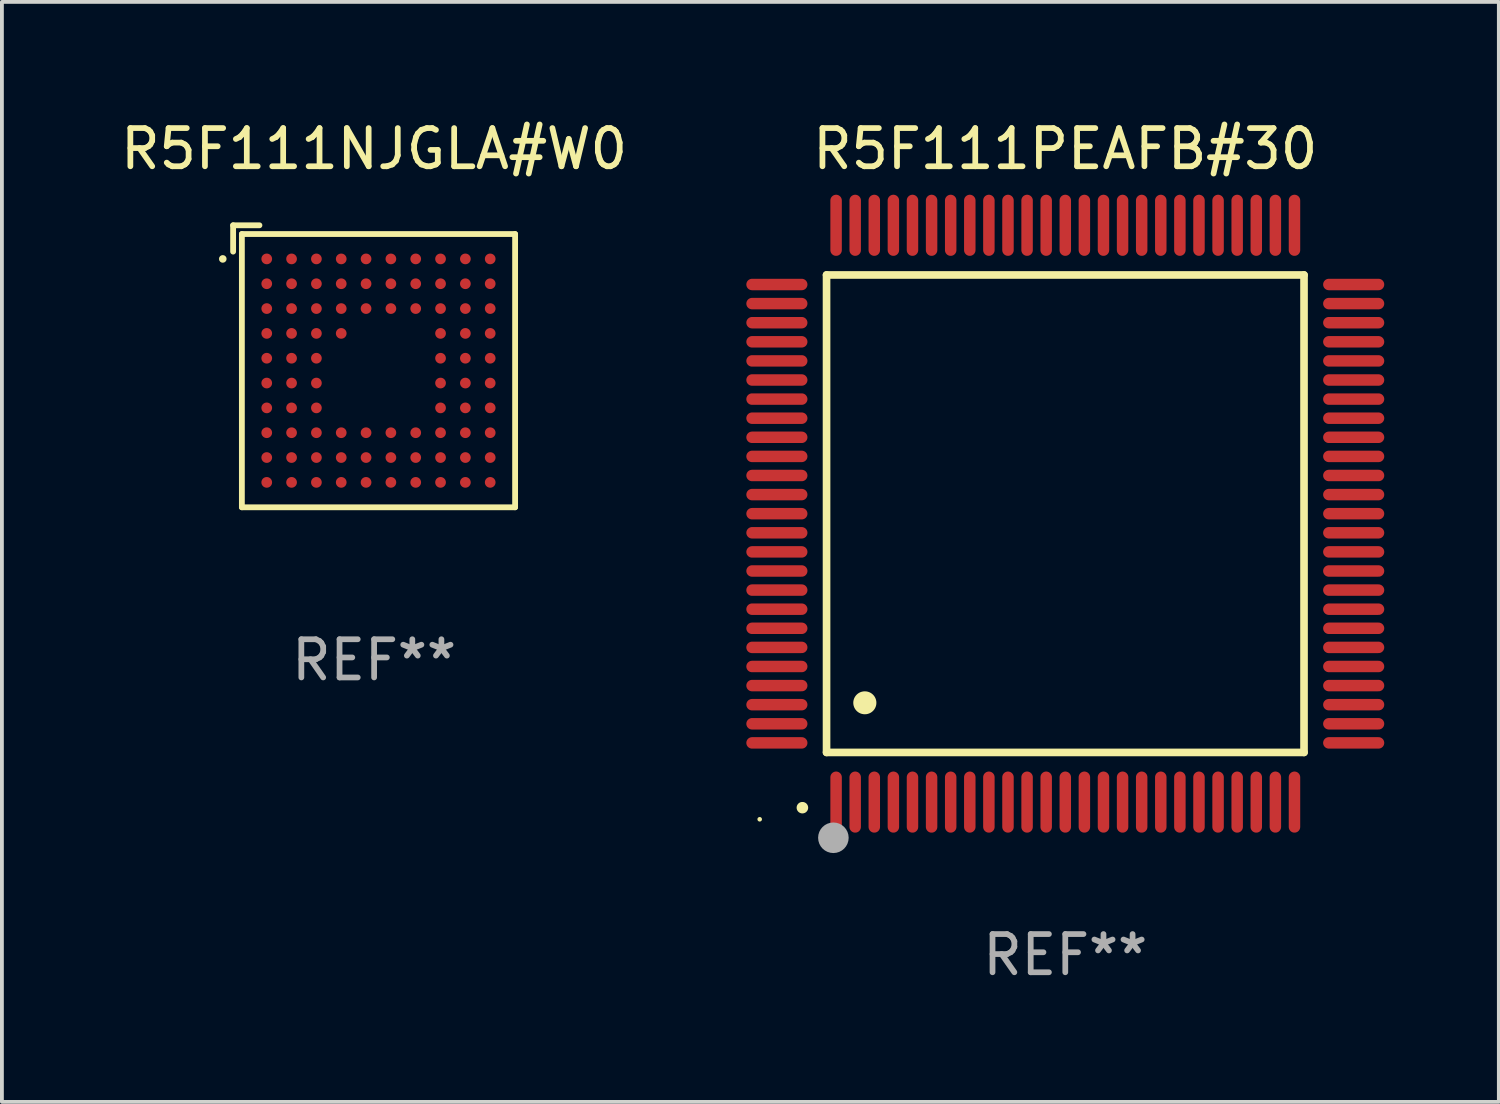
<source format=kicad_pcb>
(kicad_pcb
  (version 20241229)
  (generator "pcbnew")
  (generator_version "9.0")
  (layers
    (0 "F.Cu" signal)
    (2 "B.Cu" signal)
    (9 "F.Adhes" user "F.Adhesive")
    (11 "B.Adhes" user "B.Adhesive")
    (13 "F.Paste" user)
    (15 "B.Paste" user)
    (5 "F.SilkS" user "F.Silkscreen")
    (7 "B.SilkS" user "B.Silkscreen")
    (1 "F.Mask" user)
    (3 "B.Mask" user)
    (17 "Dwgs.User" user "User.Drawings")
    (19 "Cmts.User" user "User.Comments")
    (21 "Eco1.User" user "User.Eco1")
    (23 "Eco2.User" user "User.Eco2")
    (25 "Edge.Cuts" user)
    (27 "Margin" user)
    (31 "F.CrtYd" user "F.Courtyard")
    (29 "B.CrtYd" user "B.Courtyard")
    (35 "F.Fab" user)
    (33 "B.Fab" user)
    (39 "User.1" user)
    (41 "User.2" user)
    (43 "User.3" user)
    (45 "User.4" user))
  (footprint "R5F111PEAFB#30"
    (layer "F.Cu")
    (at 24.838 10.398)
    (property "Reference" "R5F111PEAFB#30" (at 0 -9.55 0) (layer "F.SilkS") (effects (font (size 1 1) (thickness 0.15))))
    (attr through_hole)
    (fp_line (start -6.25 -6.25) (end -6.25 6.25) (stroke (width 0.2) (type solid)) (layer "F.SilkS"))
    (fp_line (start -6.25 6.25) (end 6.25 6.25) (stroke (width 0.2) (type solid)) (layer "F.SilkS"))
    (fp_line (start 6.25 -6.25) (end -6.25 -6.25) (stroke (width 0.2) (type solid)) (layer "F.SilkS"))
    (fp_line (start 6.25 6.25) (end 6.25 -6.25) (stroke (width 0.2) (type solid)) (layer "F.SilkS"))
    (fp_arc (start -6.883414 7.696215) (mid -6.882144 7.69621) (end -6.880874 7.696215) (stroke (width 0.3) (type solid)) (layer "F.SilkS"))
    (fp_arc (start -5.250191 4.95047) (mid -5.247651 4.950459) (end -5.245111 4.95047) (stroke (width 0.6) (type solid)) (layer "F.SilkS"))
    (fp_circle (center -8 8) (end -7.97 8) (stroke (width 0.06) (type solid)) (fill no) (layer "F.SilkS"))
    (fp_circle (center -6.071 8.484) (end -5.871 8.484) (stroke (width 0.4) (type solid)) (fill no) (layer "F.Fab"))
    (fp_text user "REF**" (at 0 11.55 0) (layer "F.Fab") (effects (font (size 1 1) (thickness 0.15))))
    (pad "1" smd oval (at -6 7.55) (size 0.3 1.6) (layers "F.Cu" "F.Mask" "F.Paste"))
    (pad "2" smd oval (at -5.5 7.55) (size 0.3 1.6) (layers "F.Cu" "F.Mask" "F.Paste"))
    (pad "3" smd oval (at -5 7.55) (size 0.3 1.6) (layers "F.Cu" "F.Mask" "F.Paste"))
    (pad "4" smd oval (at -4.5 7.55) (size 0.3 1.6) (layers "F.Cu" "F.Mask" "F.Paste"))
    (pad "5" smd oval (at -4 7.55) (size 0.3 1.6) (layers "F.Cu" "F.Mask" "F.Paste"))
    (pad "6" smd oval (at -3.5 7.55) (size 0.3 1.6) (layers "F.Cu" "F.Mask" "F.Paste"))
    (pad "7" smd oval (at -3 7.55) (size 0.3 1.6) (layers "F.Cu" "F.Mask" "F.Paste"))
    (pad "8" smd oval (at -2.5 7.55) (size 0.3 1.6) (layers "F.Cu" "F.Mask" "F.Paste"))
    (pad "9" smd oval (at -2 7.55) (size 0.3 1.6) (layers "F.Cu" "F.Mask" "F.Paste"))
    (pad "10" smd oval (at -1.5 7.55) (size 0.3 1.6) (layers "F.Cu" "F.Mask" "F.Paste"))
    (pad "11" smd oval (at -1 7.55) (size 0.3 1.6) (layers "F.Cu" "F.Mask" "F.Paste"))
    (pad "12" smd oval (at -0.5 7.55) (size 0.3 1.6) (layers "F.Cu" "F.Mask" "F.Paste"))
    (pad "13" smd oval (at 0 7.55) (size 0.3 1.6) (layers "F.Cu" "F.Mask" "F.Paste"))
    (pad "14" smd oval (at 0.5 7.55) (size 0.3 1.6) (layers "F.Cu" "F.Mask" "F.Paste"))
    (pad "15" smd oval (at 1 7.55) (size 0.3 1.6) (layers "F.Cu" "F.Mask" "F.Paste"))
    (pad "16" smd oval (at 1.5 7.55) (size 0.3 1.6) (layers "F.Cu" "F.Mask" "F.Paste"))
    (pad "17" smd oval (at 2 7.55) (size 0.3 1.6) (layers "F.Cu" "F.Mask" "F.Paste"))
    (pad "18" smd oval (at 2.5 7.55) (size 0.3 1.6) (layers "F.Cu" "F.Mask" "F.Paste"))
    (pad "19" smd oval (at 3 7.55) (size 0.3 1.6) (layers "F.Cu" "F.Mask" "F.Paste"))
    (pad "20" smd oval (at 3.5 7.55) (size 0.3 1.6) (layers "F.Cu" "F.Mask" "F.Paste"))
    (pad "21" smd oval (at 4 7.55) (size 0.3 1.6) (layers "F.Cu" "F.Mask" "F.Paste"))
    (pad "22" smd oval (at 4.5 7.55) (size 0.3 1.6) (layers "F.Cu" "F.Mask" "F.Paste"))
    (pad "23" smd oval (at 5 7.55) (size 0.3 1.6) (layers "F.Cu" "F.Mask" "F.Paste"))
    (pad "24" smd oval (at 5.5 7.55) (size 0.3 1.6) (layers "F.Cu" "F.Mask" "F.Paste"))
    (pad "25" smd oval (at 6 7.55) (size 0.3 1.6) (layers "F.Cu" "F.Mask" "F.Paste"))
    (pad "26" smd oval (at 7.55 6) (size 1.6 0.3) (layers "F.Cu" "F.Mask" "F.Paste"))
    (pad "27" smd oval (at 7.55 5.5) (size 1.6 0.3) (layers "F.Cu" "F.Mask" "F.Paste"))
    (pad "28" smd oval (at 7.55 5) (size 1.6 0.3) (layers "F.Cu" "F.Mask" "F.Paste"))
    (pad "29" smd oval (at 7.55 4.5) (size 1.6 0.3) (layers "F.Cu" "F.Mask" "F.Paste"))
    (pad "30" smd oval (at 7.55 4) (size 1.6 0.3) (layers "F.Cu" "F.Mask" "F.Paste"))
    (pad "31" smd oval (at 7.55 3.5) (size 1.6 0.3) (layers "F.Cu" "F.Mask" "F.Paste"))
    (pad "32" smd oval (at 7.55 3) (size 1.6 0.3) (layers "F.Cu" "F.Mask" "F.Paste"))
    (pad "33" smd oval (at 7.55 2.5) (size 1.6 0.3) (layers "F.Cu" "F.Mask" "F.Paste"))
    (pad "34" smd oval (at 7.55 2) (size 1.6 0.3) (layers "F.Cu" "F.Mask" "F.Paste"))
    (pad "35" smd oval (at 7.55 1.5) (size 1.6 0.3) (layers "F.Cu" "F.Mask" "F.Paste"))
    (pad "36" smd oval (at 7.55 1) (size 1.6 0.3) (layers "F.Cu" "F.Mask" "F.Paste"))
    (pad "37" smd oval (at 7.55 0.5) (size 1.6 0.3) (layers "F.Cu" "F.Mask" "F.Paste"))
    (pad "38" smd oval (at 7.55 0) (size 1.6 0.3) (layers "F.Cu" "F.Mask" "F.Paste"))
    (pad "39" smd oval (at 7.55 -0.5) (size 1.6 0.3) (layers "F.Cu" "F.Mask" "F.Paste"))
    (pad "40" smd oval (at 7.55 -1) (size 1.6 0.3) (layers "F.Cu" "F.Mask" "F.Paste"))
    (pad "41" smd oval (at 7.55 -1.5) (size 1.6 0.3) (layers "F.Cu" "F.Mask" "F.Paste"))
    (pad "42" smd oval (at 7.55 -2) (size 1.6 0.3) (layers "F.Cu" "F.Mask" "F.Paste"))
    (pad "43" smd oval (at 7.55 -2.5) (size 1.6 0.3) (layers "F.Cu" "F.Mask" "F.Paste"))
    (pad "44" smd oval (at 7.55 -3) (size 1.6 0.3) (layers "F.Cu" "F.Mask" "F.Paste"))
    (pad "45" smd oval (at 7.55 -3.5) (size 1.6 0.3) (layers "F.Cu" "F.Mask" "F.Paste"))
    (pad "46" smd oval (at 7.55 -4) (size 1.6 0.3) (layers "F.Cu" "F.Mask" "F.Paste"))
    (pad "47" smd oval (at 7.55 -4.5) (size 1.6 0.3) (layers "F.Cu" "F.Mask" "F.Paste"))
    (pad "48" smd oval (at 7.55 -5) (size 1.6 0.3) (layers "F.Cu" "F.Mask" "F.Paste"))
    (pad "49" smd oval (at 7.55 -5.5) (size 1.6 0.3) (layers "F.Cu" "F.Mask" "F.Paste"))
    (pad "50" smd oval (at 7.55 -6) (size 1.6 0.3) (layers "F.Cu" "F.Mask" "F.Paste"))
    (pad "51" smd oval (at 6 -7.55) (size 0.3 1.6) (layers "F.Cu" "F.Mask" "F.Paste"))
    (pad "52" smd oval (at 5.5 -7.55) (size 0.3 1.6) (layers "F.Cu" "F.Mask" "F.Paste"))
    (pad "53" smd oval (at 5 -7.55) (size 0.3 1.6) (layers "F.Cu" "F.Mask" "F.Paste"))
    (pad "54" smd oval (at 4.5 -7.55) (size 0.3 1.6) (layers "F.Cu" "F.Mask" "F.Paste"))
    (pad "55" smd oval (at 4 -7.55) (size 0.3 1.6) (layers "F.Cu" "F.Mask" "F.Paste"))
    (pad "56" smd oval (at 3.5 -7.55) (size 0.3 1.6) (layers "F.Cu" "F.Mask" "F.Paste"))
    (pad "57" smd oval (at 3 -7.55) (size 0.3 1.6) (layers "F.Cu" "F.Mask" "F.Paste"))
    (pad "58" smd oval (at 2.5 -7.55) (size 0.3 1.6) (layers "F.Cu" "F.Mask" "F.Paste"))
    (pad "59" smd oval (at 2 -7.55) (size 0.3 1.6) (layers "F.Cu" "F.Mask" "F.Paste"))
    (pad "60" smd oval (at 1.5 -7.55) (size 0.3 1.6) (layers "F.Cu" "F.Mask" "F.Paste"))
    (pad "61" smd oval (at 1 -7.55) (size 0.3 1.6) (layers "F.Cu" "F.Mask" "F.Paste"))
    (pad "62" smd oval (at 0.5 -7.55) (size 0.3 1.6) (layers "F.Cu" "F.Mask" "F.Paste"))
    (pad "63" smd oval (at 0 -7.55) (size 0.3 1.6) (layers "F.Cu" "F.Mask" "F.Paste"))
    (pad "64" smd oval (at -0.5 -7.55) (size 0.3 1.6) (layers "F.Cu" "F.Mask" "F.Paste"))
    (pad "65" smd oval (at -1 -7.55) (size 0.3 1.6) (layers "F.Cu" "F.Mask" "F.Paste"))
    (pad "66" smd oval (at -1.5 -7.55) (size 0.3 1.6) (layers "F.Cu" "F.Mask" "F.Paste"))
    (pad "67" smd oval (at -2 -7.55) (size 0.3 1.6) (layers "F.Cu" "F.Mask" "F.Paste"))
    (pad "68" smd oval (at -2.5 -7.55) (size 0.3 1.6) (layers "F.Cu" "F.Mask" "F.Paste"))
    (pad "69" smd oval (at -3 -7.55) (size 0.3 1.6) (layers "F.Cu" "F.Mask" "F.Paste"))
    (pad "70" smd oval (at -3.5 -7.55) (size 0.3 1.6) (layers "F.Cu" "F.Mask" "F.Paste"))
    (pad "71" smd oval (at -4 -7.55) (size 0.3 1.6) (layers "F.Cu" "F.Mask" "F.Paste"))
    (pad "72" smd oval (at -4.5 -7.55) (size 0.3 1.6) (layers "F.Cu" "F.Mask" "F.Paste"))
    (pad "73" smd oval (at -5 -7.55) (size 0.3 1.6) (layers "F.Cu" "F.Mask" "F.Paste"))
    (pad "74" smd oval (at -5.5 -7.55) (size 0.3 1.6) (layers "F.Cu" "F.Mask" "F.Paste"))
    (pad "75" smd oval (at -6 -7.55) (size 0.3 1.6) (layers "F.Cu" "F.Mask" "F.Paste"))
    (pad "76" smd oval (at -7.55 -6) (size 1.6 0.3) (layers "F.Cu" "F.Mask" "F.Paste"))
    (pad "77" smd oval (at -7.55 -5.5) (size 1.6 0.3) (layers "F.Cu" "F.Mask" "F.Paste"))
    (pad "78" smd oval (at -7.55 -5) (size 1.6 0.3) (layers "F.Cu" "F.Mask" "F.Paste"))
    (pad "79" smd oval (at -7.55 -4.5) (size 1.6 0.3) (layers "F.Cu" "F.Mask" "F.Paste"))
    (pad "80" smd oval (at -7.55 -4) (size 1.6 0.3) (layers "F.Cu" "F.Mask" "F.Paste"))
    (pad "81" smd oval (at -7.55 -3.5) (size 1.6 0.3) (layers "F.Cu" "F.Mask" "F.Paste"))
    (pad "82" smd oval (at -7.55 -3) (size 1.6 0.3) (layers "F.Cu" "F.Mask" "F.Paste"))
    (pad "83" smd oval (at -7.55 -2.5) (size 1.6 0.3) (layers "F.Cu" "F.Mask" "F.Paste"))
    (pad "84" smd oval (at -7.55 -2) (size 1.6 0.3) (layers "F.Cu" "F.Mask" "F.Paste"))
    (pad "85" smd oval (at -7.55 -1.5) (size 1.6 0.3) (layers "F.Cu" "F.Mask" "F.Paste"))
    (pad "86" smd oval (at -7.55 -1) (size 1.6 0.3) (layers "F.Cu" "F.Mask" "F.Paste"))
    (pad "87" smd oval (at -7.55 -0.5) (size 1.6 0.3) (layers "F.Cu" "F.Mask" "F.Paste"))
    (pad "88" smd oval (at -7.55 0) (size 1.6 0.3) (layers "F.Cu" "F.Mask" "F.Paste"))
    (pad "89" smd oval (at -7.55 0.5) (size 1.6 0.3) (layers "F.Cu" "F.Mask" "F.Paste"))
    (pad "90" smd oval (at -7.55 1) (size 1.6 0.3) (layers "F.Cu" "F.Mask" "F.Paste"))
    (pad "91" smd oval (at -7.55 1.5) (size 1.6 0.3) (layers "F.Cu" "F.Mask" "F.Paste"))
    (pad "92" smd oval (at -7.55 2) (size 1.6 0.3) (layers "F.Cu" "F.Mask" "F.Paste"))
    (pad "93" smd oval (at -7.55 2.5) (size 1.6 0.3) (layers "F.Cu" "F.Mask" "F.Paste"))
    (pad "94" smd oval (at -7.55 3) (size 1.6 0.3) (layers "F.Cu" "F.Mask" "F.Paste"))
    (pad "95" smd oval (at -7.55 3.5) (size 1.6 0.3) (layers "F.Cu" "F.Mask" "F.Paste"))
    (pad "96" smd oval (at -7.55 4) (size 1.6 0.3) (layers "F.Cu" "F.Mask" "F.Paste"))
    (pad "97" smd oval (at -7.55 4.5) (size 1.6 0.3) (layers "F.Cu" "F.Mask" "F.Paste"))
    (pad "98" smd oval (at -7.55 5) (size 1.6 0.3) (layers "F.Cu" "F.Mask" "F.Paste"))
    (pad "99" smd oval (at -7.55 5.5) (size 1.6 0.3) (layers "F.Cu" "F.Mask" "F.Paste"))
    (pad "100" smd oval (at -7.55 6) (size 1.6 0.3) (layers "F.Cu" "F.Mask" "F.Paste")))
  (footprint "R5F111NJGLA#W0"
    (layer "F.Cu")
    (at 6.744 6.539)
    (property "Reference" "R5F111NJGLA#W0" (at 0 -5.691 0) (layer "F.SilkS") (effects (font (size 1 1) (thickness 0.15))))
    (attr through_hole)
    (fp_line (start -3.691 -3.691) (end -3.002 -3.691) (stroke (width 0.152) (type solid)) (layer "F.SilkS"))
    (fp_line (start -3.691 -3.002) (end -3.691 -3.691) (stroke (width 0.152) (type solid)) (layer "F.SilkS"))
    (fp_line (start -3.462 -3.462) (end 3.691 -3.462) (stroke (width 0.152) (type solid)) (layer "F.SilkS"))
    (fp_line (start -3.462 3.691) (end -3.462 -3.462) (stroke (width 0.152) (type solid)) (layer "F.SilkS"))
    (fp_line (start 3.691 -3.462) (end 3.691 3.691) (stroke (width 0.152) (type solid)) (layer "F.SilkS"))
    (fp_line (start 3.691 3.691) (end -3.462 3.691) (stroke (width 0.152) (type solid)) (layer "F.SilkS"))
    (fp_circle (center -3.962 -2.811) (end -3.912 -2.811) (stroke (width 0.1) (type solid)) (fill no) (layer "F.SilkS"))
    (fp_text user "REF**" (at 0 7.691 0) (layer "F.Fab") (effects (font (size 1 1) (thickness 0.15))))
    (pad "A1" smd circle (at -2.811 -2.811) (size 0.28 0.28) (layers "F.Cu" "F.Mask" "F.Paste"))
    (pad "A2" smd circle (at -2.161 -2.811) (size 0.28 0.28) (layers "F.Cu" "F.Mask" "F.Paste"))
    (pad "A3" smd circle (at -1.511 -2.811) (size 0.28 0.28) (layers "F.Cu" "F.Mask" "F.Paste"))
    (pad "A4" smd circle (at -0.861 -2.811) (size 0.28 0.28) (layers "F.Cu" "F.Mask" "F.Paste"))
    (pad "A5" smd circle (at -0.211 -2.811) (size 0.28 0.28) (layers "F.Cu" "F.Mask" "F.Paste"))
    (pad "A6" smd circle (at 0.439 -2.811) (size 0.28 0.28) (layers "F.Cu" "F.Mask" "F.Paste"))
    (pad "A7" smd circle (at 1.089 -2.811) (size 0.28 0.28) (layers "F.Cu" "F.Mask" "F.Paste"))
    (pad "A8" smd circle (at 1.739 -2.811) (size 0.28 0.28) (layers "F.Cu" "F.Mask" "F.Paste"))
    (pad "A9" smd circle (at 2.389 -2.811) (size 0.28 0.28) (layers "F.Cu" "F.Mask" "F.Paste"))
    (pad "A10" smd circle (at 3.039 -2.811) (size 0.28 0.28) (layers "F.Cu" "F.Mask" "F.Paste"))
    (pad "B1" smd circle (at -2.811 -2.161) (size 0.28 0.28) (layers "F.Cu" "F.Mask" "F.Paste"))
    (pad "B2" smd circle (at -2.161 -2.161) (size 0.28 0.28) (layers "F.Cu" "F.Mask" "F.Paste"))
    (pad "B3" smd circle (at -1.511 -2.161) (size 0.28 0.28) (layers "F.Cu" "F.Mask" "F.Paste"))
    (pad "B4" smd circle (at -0.861 -2.161) (size 0.28 0.28) (layers "F.Cu" "F.Mask" "F.Paste"))
    (pad "B5" smd circle (at -0.211 -2.161) (size 0.28 0.28) (layers "F.Cu" "F.Mask" "F.Paste"))
    (pad "B6" smd circle (at 0.439 -2.161) (size 0.28 0.28) (layers "F.Cu" "F.Mask" "F.Paste"))
    (pad "B7" smd circle (at 1.089 -2.161) (size 0.28 0.28) (layers "F.Cu" "F.Mask" "F.Paste"))
    (pad "B8" smd circle (at 1.739 -2.161) (size 0.28 0.28) (layers "F.Cu" "F.Mask" "F.Paste"))
    (pad "B9" smd circle (at 2.389 -2.161) (size 0.28 0.28) (layers "F.Cu" "F.Mask" "F.Paste"))
    (pad "B10" smd circle (at 3.039 -2.161) (size 0.28 0.28) (layers "F.Cu" "F.Mask" "F.Paste"))
    (pad "C1" smd circle (at -2.811 -1.511) (size 0.28 0.28) (layers "F.Cu" "F.Mask" "F.Paste"))
    (pad "C2" smd circle (at -2.161 -1.511) (size 0.28 0.28) (layers "F.Cu" "F.Mask" "F.Paste"))
    (pad "C3" smd circle (at -1.511 -1.511) (size 0.28 0.28) (layers "F.Cu" "F.Mask" "F.Paste"))
    (pad "C4" smd circle (at -0.861 -1.511) (size 0.28 0.28) (layers "F.Cu" "F.Mask" "F.Paste"))
    (pad "C5" smd circle (at -0.211 -1.511) (size 0.28 0.28) (layers "F.Cu" "F.Mask" "F.Paste"))
    (pad "C6" smd circle (at 0.439 -1.511) (size 0.28 0.28) (layers "F.Cu" "F.Mask" "F.Paste"))
    (pad "C7" smd circle (at 1.089 -1.511) (size 0.28 0.28) (layers "F.Cu" "F.Mask" "F.Paste"))
    (pad "C8" smd circle (at 1.739 -1.511) (size 0.28 0.28) (layers "F.Cu" "F.Mask" "F.Paste"))
    (pad "C9" smd circle (at 2.389 -1.511) (size 0.28 0.28) (layers "F.Cu" "F.Mask" "F.Paste"))
    (pad "C10" smd circle (at 3.039 -1.511) (size 0.28 0.28) (layers "F.Cu" "F.Mask" "F.Paste"))
    (pad "D1" smd circle (at -2.811 -0.861) (size 0.28 0.28) (layers "F.Cu" "F.Mask" "F.Paste"))
    (pad "D2" smd circle (at -2.161 -0.861) (size 0.28 0.28) (layers "F.Cu" "F.Mask" "F.Paste"))
    (pad "D3" smd circle (at -1.511 -0.861) (size 0.28 0.28) (layers "F.Cu" "F.Mask" "F.Paste"))
    (pad "D4" smd circle (at -0.861 -0.861) (size 0.28 0.28) (layers "F.Cu" "F.Mask" "F.Paste"))
    (pad "D8" smd circle (at 1.739 -0.861) (size 0.28 0.28) (layers "F.Cu" "F.Mask" "F.Paste"))
    (pad "D9" smd circle (at 2.389 -0.861) (size 0.28 0.28) (layers "F.Cu" "F.Mask" "F.Paste"))
    (pad "D10" smd circle (at 3.039 -0.861) (size 0.28 0.28) (layers "F.Cu" "F.Mask" "F.Paste"))
    (pad "E1" smd circle (at -2.811 -0.211) (size 0.28 0.28) (layers "F.Cu" "F.Mask" "F.Paste"))
    (pad "E2" smd circle (at -2.161 -0.211) (size 0.28 0.28) (layers "F.Cu" "F.Mask" "F.Paste"))
    (pad "E3" smd circle (at -1.511 -0.211) (size 0.28 0.28) (layers "F.Cu" "F.Mask" "F.Paste"))
    (pad "E8" smd circle (at 1.739 -0.211) (size 0.28 0.28) (layers "F.Cu" "F.Mask" "F.Paste"))
    (pad "E9" smd circle (at 2.389 -0.211) (size 0.28 0.28) (layers "F.Cu" "F.Mask" "F.Paste"))
    (pad "E10" smd circle (at 3.039 -0.211) (size 0.28 0.28) (layers "F.Cu" "F.Mask" "F.Paste"))
    (pad "F1" smd circle (at -2.811 0.439) (size 0.28 0.28) (layers "F.Cu" "F.Mask" "F.Paste"))
    (pad "F2" smd circle (at -2.161 0.439) (size 0.28 0.28) (layers "F.Cu" "F.Mask" "F.Paste"))
    (pad "F3" smd circle (at -1.511 0.439) (size 0.28 0.28) (layers "F.Cu" "F.Mask" "F.Paste"))
    (pad "F8" smd circle (at 1.739 0.439) (size 0.28 0.28) (layers "F.Cu" "F.Mask" "F.Paste"))
    (pad "F9" smd circle (at 2.389 0.439) (size 0.28 0.28) (layers "F.Cu" "F.Mask" "F.Paste"))
    (pad "F10" smd circle (at 3.039 0.439) (size 0.28 0.28) (layers "F.Cu" "F.Mask" "F.Paste"))
    (pad "G1" smd circle (at -2.811 1.089) (size 0.28 0.28) (layers "F.Cu" "F.Mask" "F.Paste"))
    (pad "G2" smd circle (at -2.161 1.089) (size 0.28 0.28) (layers "F.Cu" "F.Mask" "F.Paste"))
    (pad "G3" smd circle (at -1.511 1.089) (size 0.28 0.28) (layers "F.Cu" "F.Mask" "F.Paste"))
    (pad "G8" smd circle (at 1.739 1.089) (size 0.28 0.28) (layers "F.Cu" "F.Mask" "F.Paste"))
    (pad "G9" smd circle (at 2.389 1.089) (size 0.28 0.28) (layers "F.Cu" "F.Mask" "F.Paste"))
    (pad "G10" smd circle (at 3.039 1.089) (size 0.28 0.28) (layers "F.Cu" "F.Mask" "F.Paste"))
    (pad "H1" smd circle (at -2.811 1.739) (size 0.28 0.28) (layers "F.Cu" "F.Mask" "F.Paste"))
    (pad "H2" smd circle (at -2.161 1.739) (size 0.28 0.28) (layers "F.Cu" "F.Mask" "F.Paste"))
    (pad "H3" smd circle (at -1.511 1.739) (size 0.28 0.28) (layers "F.Cu" "F.Mask" "F.Paste"))
    (pad "H4" smd circle (at -0.861 1.739) (size 0.28 0.28) (layers "F.Cu" "F.Mask" "F.Paste"))
    (pad "H5" smd circle (at -0.211 1.739) (size 0.28 0.28) (layers "F.Cu" "F.Mask" "F.Paste"))
    (pad "H6" smd circle (at 0.439 1.739) (size 0.28 0.28) (layers "F.Cu" "F.Mask" "F.Paste"))
    (pad "H7" smd circle (at 1.089 1.739) (size 0.28 0.28) (layers "F.Cu" "F.Mask" "F.Paste"))
    (pad "H8" smd circle (at 1.739 1.739) (size 0.28 0.28) (layers "F.Cu" "F.Mask" "F.Paste"))
    (pad "H9" smd circle (at 2.389 1.739) (size 0.28 0.28) (layers "F.Cu" "F.Mask" "F.Paste"))
    (pad "H10" smd circle (at 3.039 1.739) (size 0.28 0.28) (layers "F.Cu" "F.Mask" "F.Paste"))
    (pad "J1" smd circle (at -2.811 2.389) (size 0.28 0.28) (layers "F.Cu" "F.Mask" "F.Paste"))
    (pad "J2" smd circle (at -2.161 2.389) (size 0.28 0.28) (layers "F.Cu" "F.Mask" "F.Paste"))
    (pad "J3" smd circle (at -1.511 2.389) (size 0.28 0.28) (layers "F.Cu" "F.Mask" "F.Paste"))
    (pad "J4" smd circle (at -0.861 2.389) (size 0.28 0.28) (layers "F.Cu" "F.Mask" "F.Paste"))
    (pad "J5" smd circle (at -0.211 2.389) (size 0.28 0.28) (layers "F.Cu" "F.Mask" "F.Paste"))
    (pad "J6" smd circle (at 0.439 2.389) (size 0.28 0.28) (layers "F.Cu" "F.Mask" "F.Paste"))
    (pad "J7" smd circle (at 1.089 2.389) (size 0.28 0.28) (layers "F.Cu" "F.Mask" "F.Paste"))
    (pad "J8" smd circle (at 1.739 2.389) (size 0.28 0.28) (layers "F.Cu" "F.Mask" "F.Paste"))
    (pad "J9" smd circle (at 2.389 2.389) (size 0.28 0.28) (layers "F.Cu" "F.Mask" "F.Paste"))
    (pad "J10" smd circle (at 3.039 2.389) (size 0.28 0.28) (layers "F.Cu" "F.Mask" "F.Paste"))
    (pad "K1" smd circle (at -2.811 3.039) (size 0.28 0.28) (layers "F.Cu" "F.Mask" "F.Paste"))
    (pad "K2" smd circle (at -2.161 3.039) (size 0.28 0.28) (layers "F.Cu" "F.Mask" "F.Paste"))
    (pad "K3" smd circle (at -1.511 3.039) (size 0.28 0.28) (layers "F.Cu" "F.Mask" "F.Paste"))
    (pad "K4" smd circle (at -0.861 3.039) (size 0.28 0.28) (layers "F.Cu" "F.Mask" "F.Paste"))
    (pad "K5" smd circle (at -0.211 3.039) (size 0.28 0.28) (layers "F.Cu" "F.Mask" "F.Paste"))
    (pad "K6" smd circle (at 0.439 3.039) (size 0.28 0.28) (layers "F.Cu" "F.Mask" "F.Paste"))
    (pad "K7" smd circle (at 1.089 3.039) (size 0.28 0.28) (layers "F.Cu" "F.Mask" "F.Paste"))
    (pad "K8" smd circle (at 1.739 3.039) (size 0.28 0.28) (layers "F.Cu" "F.Mask" "F.Paste"))
    (pad "K9" smd circle (at 2.389 3.039) (size 0.28 0.28) (layers "F.Cu" "F.Mask" "F.Paste"))
    (pad "K10" smd circle (at 3.039 3.039) (size 0.28 0.28) (layers "F.Cu" "F.Mask" "F.Paste")))
  (gr_rect
    (start -3 -3)
    (end 36.188 25.796)
    (stroke (width 0.1) (type default))
    (fill no)
    (layer "Edge.Cuts")))
</source>
